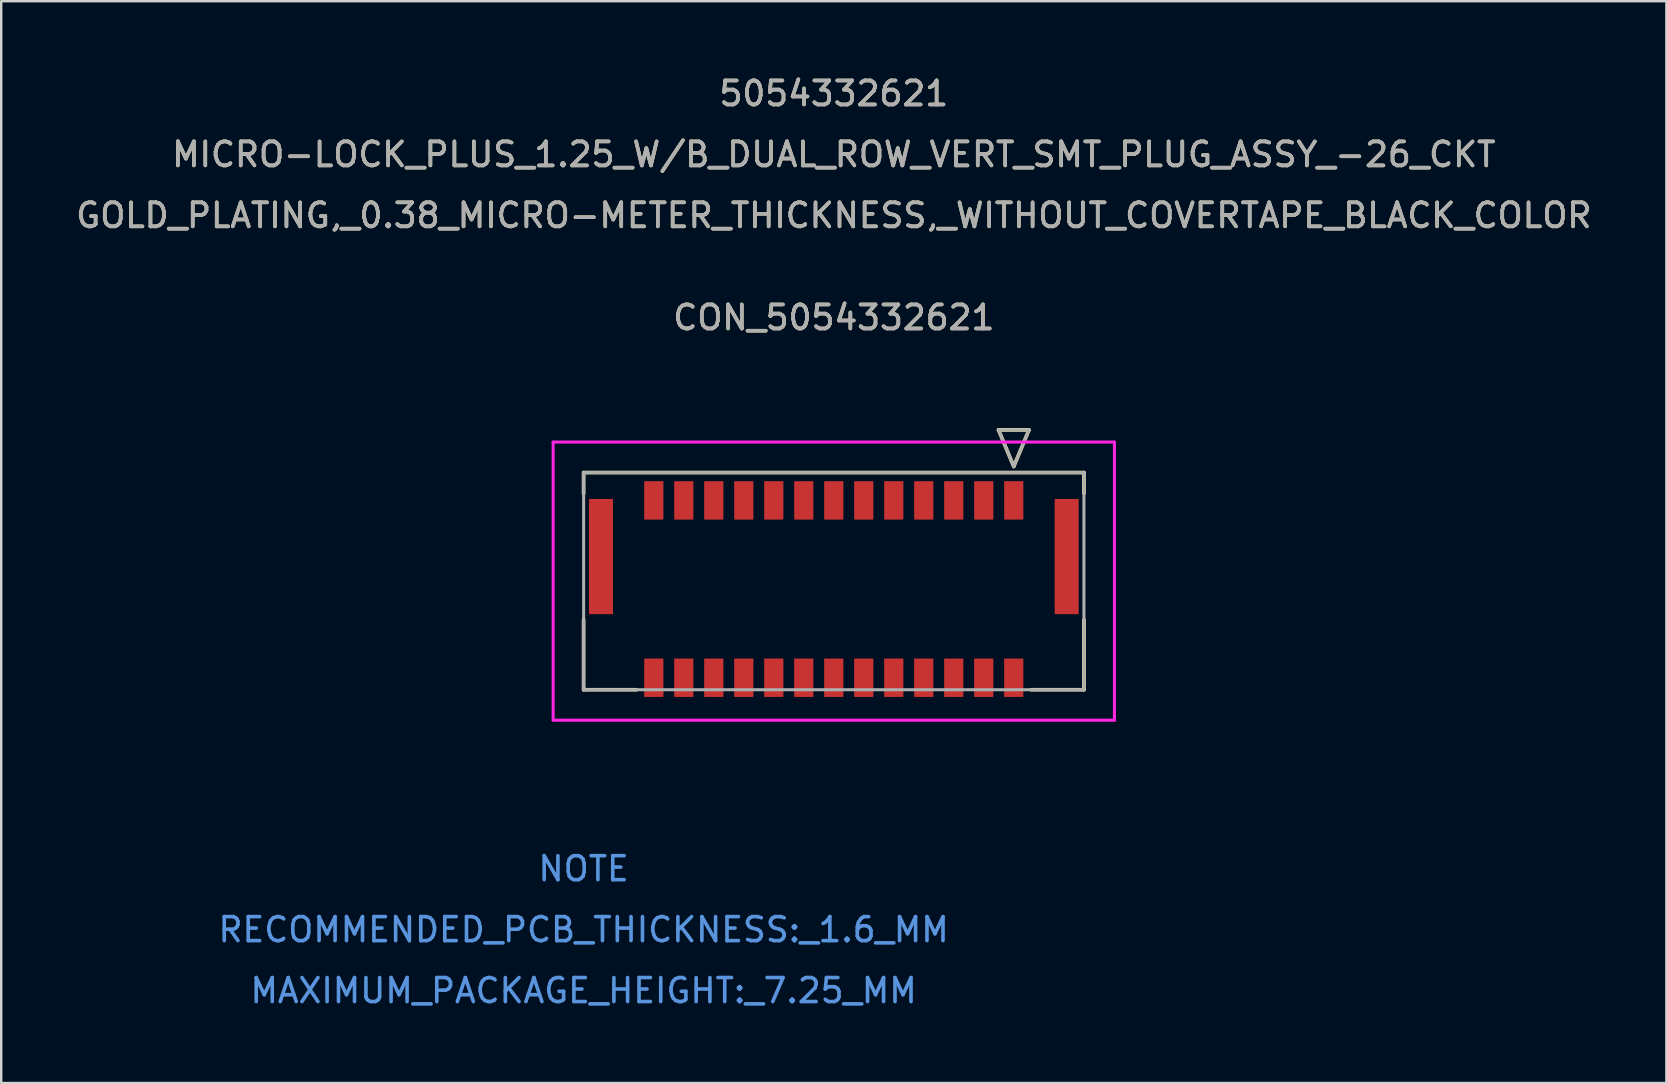
<source format=kicad_pcb>
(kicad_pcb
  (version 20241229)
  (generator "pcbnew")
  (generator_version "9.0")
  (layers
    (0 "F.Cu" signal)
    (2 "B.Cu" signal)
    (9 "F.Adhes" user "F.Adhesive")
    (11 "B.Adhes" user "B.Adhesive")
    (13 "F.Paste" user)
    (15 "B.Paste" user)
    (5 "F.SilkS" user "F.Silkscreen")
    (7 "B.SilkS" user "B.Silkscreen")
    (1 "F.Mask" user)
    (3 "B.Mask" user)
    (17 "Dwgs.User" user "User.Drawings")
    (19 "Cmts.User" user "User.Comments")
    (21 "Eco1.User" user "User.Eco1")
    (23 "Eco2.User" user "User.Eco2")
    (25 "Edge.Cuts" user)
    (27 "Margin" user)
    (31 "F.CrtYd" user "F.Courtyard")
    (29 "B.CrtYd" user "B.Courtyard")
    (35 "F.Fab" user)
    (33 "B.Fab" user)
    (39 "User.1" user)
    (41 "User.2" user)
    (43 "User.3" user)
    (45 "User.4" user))
  (footprint "CON_5054332621"
    (layer "F.Cu")
    (at 39.196 17.803)
    (property "Reference" "CON_5054332621" (at -7.5 -7.62 0) (unlocked yes) (layer "F.SilkS") (effects (font (size 1 1) (thickness 0.15))))
    (attr smd)
    (fp_line (start -17.925 -1.16) (end -17.925 -0.288) (stroke (width 0.152) (type solid)) (layer "F.SilkS"))
    (fp_line (start -17.925 4.968) (end -17.925 7.89) (stroke (width 0.152) (type solid)) (layer "F.SilkS"))
    (fp_line (start -17.925 7.89) (end -15.72 7.89) (stroke (width 0.152) (type solid)) (layer "F.SilkS"))
    (fp_line (start -0.635 -2.938) (end 0 -1.414) (stroke (width 0.152) (type solid)) (layer "F.SilkS"))
    (fp_line (start 0 -1.414) (end 0.635 -2.938) (stroke (width 0.152) (type solid)) (layer "F.SilkS"))
    (fp_line (start 0.635 -2.938) (end -0.635 -2.938) (stroke (width 0.152) (type solid)) (layer "F.SilkS"))
    (fp_line (start 0.72 7.89) (end 2.925 7.89) (stroke (width 0.152) (type solid)) (layer "F.SilkS"))
    (fp_line (start 2.925 -1.16) (end -17.925 -1.16) (stroke (width 0.152) (type solid)) (layer "F.SilkS"))
    (fp_line (start 2.925 -0.292) (end 2.925 -1.16) (stroke (width 0.152) (type solid)) (layer "F.SilkS"))
    (fp_line (start 2.925 7.89) (end 2.925 4.972) (stroke (width 0.152) (type solid)) (layer "F.SilkS"))
    (fp_line (start -19.195 -2.43) (end -19.195 9.16) (stroke (width 0.127) (type solid)) (layer "F.CrtYd"))
    (fp_line (start -19.195 9.16) (end 4.195 9.16) (stroke (width 0.127) (type solid)) (layer "F.CrtYd"))
    (fp_line (start 4.195 -2.43) (end -19.195 -2.43) (stroke (width 0.127) (type solid)) (layer "F.CrtYd"))
    (fp_line (start 4.195 9.16) (end 4.195 -2.43) (stroke (width 0.127) (type solid)) (layer "F.CrtYd"))
    (fp_line (start -17.925 -1.16) (end -17.925 7.89) (stroke (width 0.127) (type solid)) (layer "F.Fab"))
    (fp_line (start -17.925 7.89) (end 2.925 7.89) (stroke (width 0.127) (type solid)) (layer "F.Fab"))
    (fp_line (start -0.635 -2.938) (end 0 -1.414) (stroke (width 0.127) (type solid)) (layer "F.Fab"))
    (fp_line (start 0 -1.414) (end 0.635 -2.938) (stroke (width 0.127) (type solid)) (layer "F.Fab"))
    (fp_line (start 0.635 -2.938) (end -0.635 -2.938) (stroke (width 0.127) (type solid)) (layer "F.Fab"))
    (fp_line (start 2.925 -1.16) (end -17.925 -1.16) (stroke (width 0.127) (type solid)) (layer "F.Fab"))
    (fp_line (start 2.925 7.89) (end 2.925 -1.16) (stroke (width 0.127) (type solid)) (layer "F.Fab"))
    (fp_text user "5054332621" (at -7.5 -16.955 0) (unlocked yes) (layer "F.SilkS") (effects (font (size 1 1) (thickness 0.15))))
    (fp_text user "MICRO-LOCK_PLUS_1.25_W/B_DUAL_ROW_VERT_SMT_PLUG_ASSY_-26_CKT" (at -7.5 -14.415 0) (unlocked yes) (layer "F.SilkS") (effects (font (size 1 1) (thickness 0.15))))
    (fp_text user "GOLD_PLATING,_0.38_MICRO-METER_THICKNESS,_WITHOUT_COVERTAPE_BLACK_COLOR" (at -7.5 -11.875 0) (unlocked yes) (layer "F.SilkS") (effects (font (size 1 1) (thickness 0.15))))
    (fp_text user "MAXIMUM_PACKAGE_HEIGHT:_7.25_MM" (at -17.925 20.43 0) (unlocked yes) (layer "Cmts.User") (effects (font (size 1 1) (thickness 0.15))))
    (fp_text user "NOTE" (at -17.925 15.35 0) (unlocked yes) (layer "Cmts.User") (effects (font (size 1 1) (thickness 0.15))))
    (fp_text user "RECOMMENDED_PCB_THICKNESS:_1.6_MM" (at -17.925 17.89 0) (unlocked yes) (layer "Cmts.User") (effects (font (size 1 1) (thickness 0.15))))
    (fp_text user "${REFERENCE}" (at -7.5 -7.62 0) (unlocked yes) (layer "F.Fab") (effects (font (size 1 1) (thickness 0.15))))
    (fp_text user "MICRO-LOCK_PLUS_1.25_W/B_DUAL_ROW_VERT_SMT_PLUG_ASSY_-26_CKT" (at -7.5 -14.415 0) (unlocked yes) (layer "F.Fab") (effects (font (size 1 1) (thickness 0.15))))
    (fp_text user "5054332621" (at -7.5 -16.955 0) (unlocked yes) (layer "F.Fab") (effects (font (size 1 1) (thickness 0.15))))
    (fp_text user "GOLD_PLATING,_0.38_MICRO-METER_THICKNESS,_WITHOUT_COVERTAPE_BLACK_COLOR" (at -7.5 -11.875 0) (unlocked yes) (layer "F.Fab") (effects (font (size 1 1) (thickness 0.15))))
    (pad "1" smd rect (at 0 0) (size 0.8 1.6) (layers "F.Cu" "F.Mask" "F.Paste"))
    (pad "2" smd rect (at 0 7.39) (size 0.8 1.6) (layers "F.Cu" "F.Mask" "F.Paste"))
    (pad "3" smd rect (at -1.25 0) (size 0.8 1.6) (layers "F.Cu" "F.Mask" "F.Paste"))
    (pad "4" smd rect (at -1.25 7.39) (size 0.8 1.6) (layers "F.Cu" "F.Mask" "F.Paste"))
    (pad "5" smd rect (at -2.5 0) (size 0.8 1.6) (layers "F.Cu" "F.Mask" "F.Paste"))
    (pad "6" smd rect (at -2.5 7.39) (size 0.8 1.6) (layers "F.Cu" "F.Mask" "F.Paste"))
    (pad "7" smd rect (at -3.75 0) (size 0.8 1.6) (layers "F.Cu" "F.Mask" "F.Paste"))
    (pad "8" smd rect (at -3.75 7.39) (size 0.8 1.6) (layers "F.Cu" "F.Mask" "F.Paste"))
    (pad "9" smd rect (at -5 0) (size 0.8 1.6) (layers "F.Cu" "F.Mask" "F.Paste"))
    (pad "10" smd rect (at -5 7.39) (size 0.8 1.6) (layers "F.Cu" "F.Mask" "F.Paste"))
    (pad "11" smd rect (at -6.25 0) (size 0.8 1.6) (layers "F.Cu" "F.Mask" "F.Paste"))
    (pad "12" smd rect (at -6.25 7.39) (size 0.8 1.6) (layers "F.Cu" "F.Mask" "F.Paste"))
    (pad "13" smd rect (at -7.5 0) (size 0.8 1.6) (layers "F.Cu" "F.Mask" "F.Paste"))
    (pad "14" smd rect (at -7.5 7.39) (size 0.8 1.6) (layers "F.Cu" "F.Mask" "F.Paste"))
    (pad "15" smd rect (at -8.75 0) (size 0.8 1.6) (layers "F.Cu" "F.Mask" "F.Paste"))
    (pad "16" smd rect (at -8.75 7.39) (size 0.8 1.6) (layers "F.Cu" "F.Mask" "F.Paste"))
    (pad "17" smd rect (at -10 0) (size 0.8 1.6) (layers "F.Cu" "F.Mask" "F.Paste"))
    (pad "18" smd rect (at -10 7.39) (size 0.8 1.6) (layers "F.Cu" "F.Mask" "F.Paste"))
    (pad "19" smd rect (at -11.25 0) (size 0.8 1.6) (layers "F.Cu" "F.Mask" "F.Paste"))
    (pad "20" smd rect (at -11.25 7.39) (size 0.8 1.6) (layers "F.Cu" "F.Mask" "F.Paste"))
    (pad "21" smd rect (at -12.5 0) (size 0.8 1.6) (layers "F.Cu" "F.Mask" "F.Paste"))
    (pad "22" smd rect (at -12.5 7.39) (size 0.8 1.6) (layers "F.Cu" "F.Mask" "F.Paste"))
    (pad "23" smd rect (at -13.75 0) (size 0.8 1.6) (layers "F.Cu" "F.Mask" "F.Paste"))
    (pad "24" smd rect (at -13.75 7.39) (size 0.8 1.6) (layers "F.Cu" "F.Mask" "F.Paste"))
    (pad "25" smd rect (at -15 0) (size 0.8 1.6) (layers "F.Cu" "F.Mask" "F.Paste"))
    (pad "26" smd rect (at -15 7.39) (size 0.8 1.6) (layers "F.Cu" "F.Mask" "F.Paste"))
    (pad "27" smd rect (at 2.205 2.34) (size 1 4.8) (layers "F.Cu" "F.Mask" "F.Paste"))
    (pad "28" smd rect (at -17.2 2.34) (size 1 4.8) (layers "F.Cu" "F.Mask" "F.Paste")))
  (gr_rect
    (start -3 -3)
    (end 66.393 42.081)
    (stroke (width 0.1) (type default))
    (fill no)
    (layer "Edge.Cuts")))
</source>
